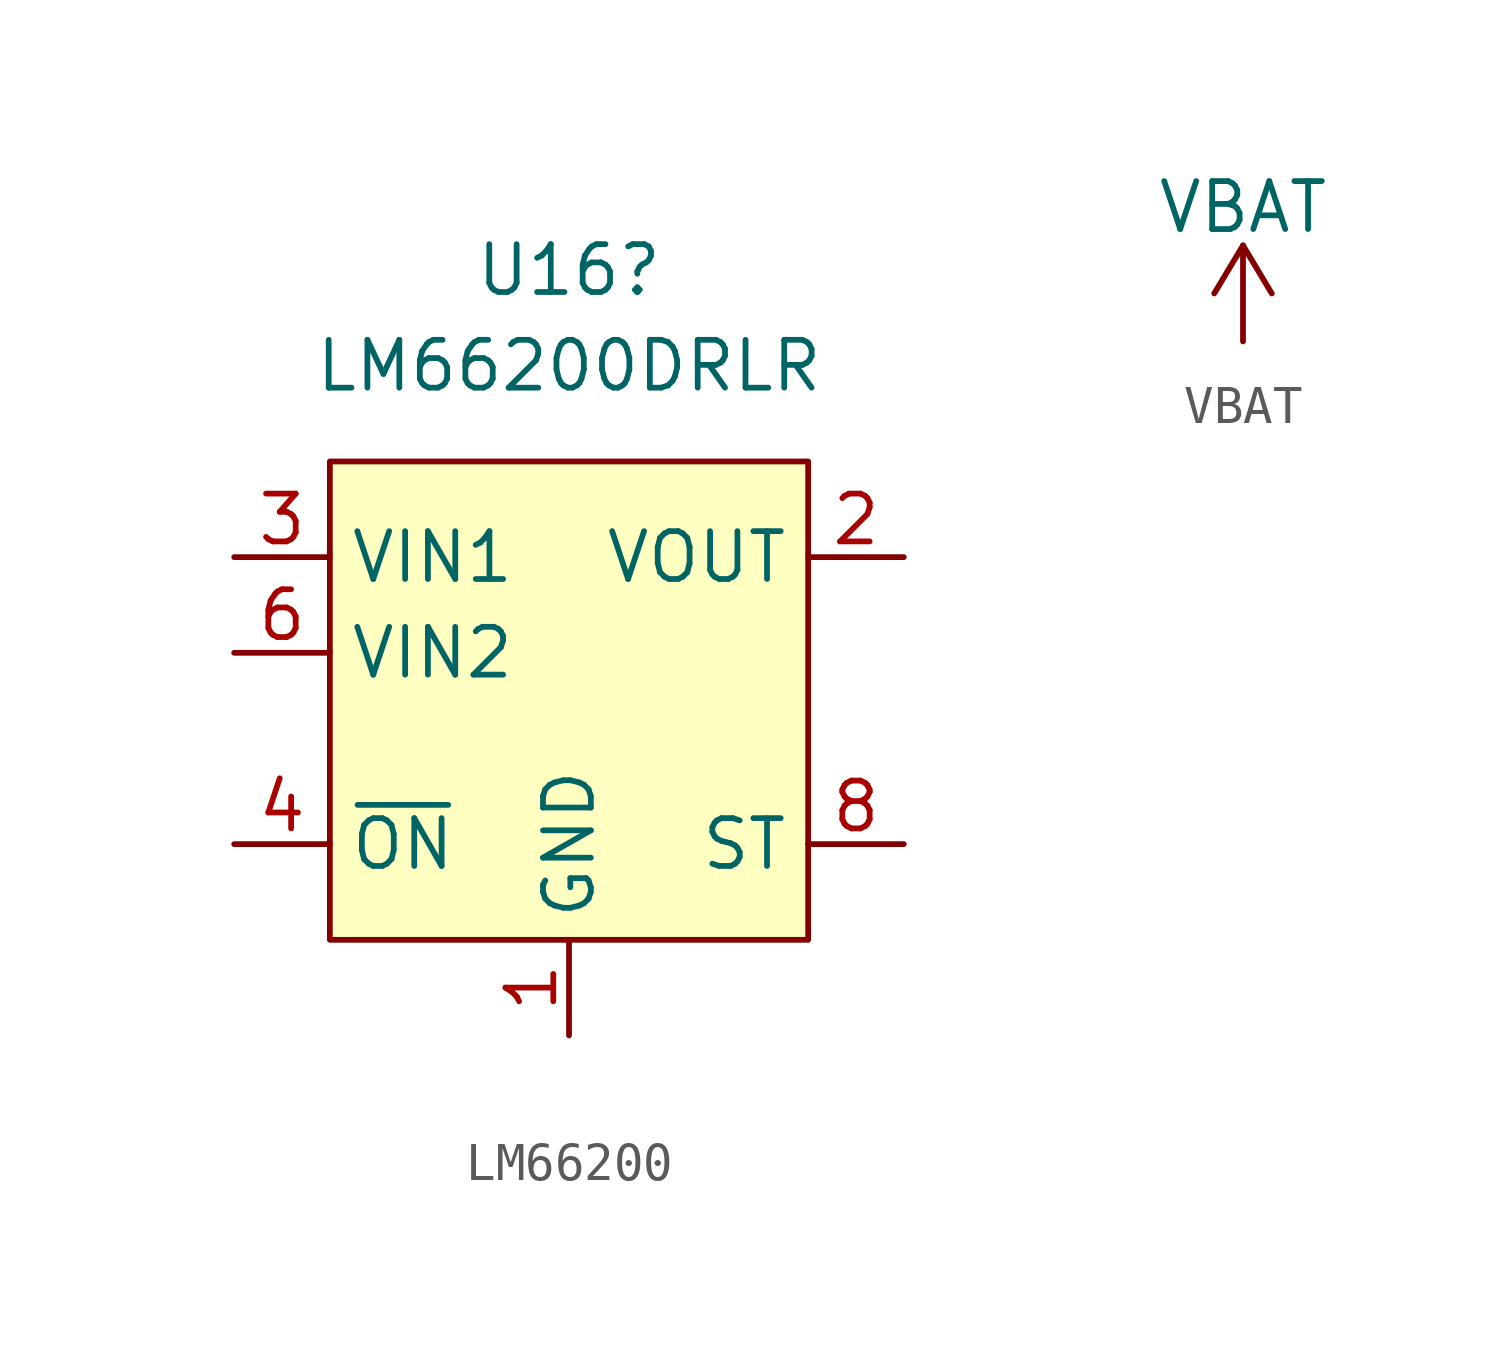
<source format=kicad_sym>
(kicad_symbol_lib
  (version 20220914)
  (generator kicad_symbol_editor)
  (symbol "LM66200"
    (property "Reference" "U16"
      (at 0 11.43 0)
      (effects (font (size 1.27 1.27))))
    (property "Value" "LM66200DRLR"
      (at 0 8.89 0)
      (effects (font (size 1.27 1.27))))
    (symbol "LM66200_0_0"
      (pin power_in line (at 0 -8.89 90) (length 2.54) (name "GND" (effects (font (size 1.27 1.27)))) (number "1" (effects (font (size 1.27 1.27)))))
      (pin power_out line (at 8.89 3.81 180) (length 2.54) (name "VOUT" (effects (font (size 1.27 1.27)))) (number "2" (effects (font (size 1.27 1.27)))))
      (pin power_in line (at -8.89 3.81 0) (length 2.54) (name "VIN1" (effects (font (size 1.27 1.27)))) (number "3" (effects (font (size 1.27 1.27)))))
      (pin input line (at -8.89 -3.81 0) (length 2.54) (name "~{ON}" (effects (font (size 1.27 1.27)))) (number "4" (effects (font (size 1.27 1.27)))))
      (pin power_in line (at 0 -8.89 90) (length 2.54) hide (name "GND" (effects (font (size 1.27 1.27)))) (number "5" (effects (font (size 1.27 1.27)))))
      (pin power_in line (at -8.89 1.27 0) (length 2.54) (name "VIN2" (effects (font (size 1.27 1.27)))) (number "6" (effects (font (size 1.27 1.27)))))
      (pin passive line (at 8.89 3.81 180) (length 2.54) hide (name "VOUT" (effects (font (size 1.27 1.27)))) (number "7" (effects (font (size 1.27 1.27)))))
      (pin open_collector line (at 8.89 -3.81 180) (length 2.54) (name "ST" (effects (font (size 1.27 1.27)))) (number "8" (effects (font (size 1.27 1.27))))))
    (symbol "LM66200_0_1"
      (rectangle (start -6.35 6.35) (end 6.35 -6.35) (stroke (width 0) (type default)) (fill (type background)))))
  (symbol "VBAT"
    (power)
    (pin_names
      (offset 0))
    (property "Reference" "#PWR"
      (at 0 -3.81 0)
      (effects (font (size 1.27 1.27)) hide))
    (property "Value" "VBAT"
      (at 0 3.556 0)
      (effects (font (size 1.27 1.27))))
    (symbol "VBAT_0_1"
      (polyline (pts (xy -0.762 1.27) (xy 0 2.54)) (stroke (width 0) (type solid)) (fill (type none)))
      (polyline (pts (xy 0 0) (xy 0 2.54)) (stroke (width 0) (type solid)) (fill (type none)))
      (polyline (pts (xy 0 2.54) (xy 0.762 1.27)) (stroke (width 0) (type solid)) (fill (type none))))
    (symbol "VBAT_1_1"
      (pin power_in line (at 0 0 90) (length 0) hide (name "VBAT" (effects (font (size 1.27 1.27)))) (number "1" (effects (font (size 1.27 1.27))))))))
</source>
